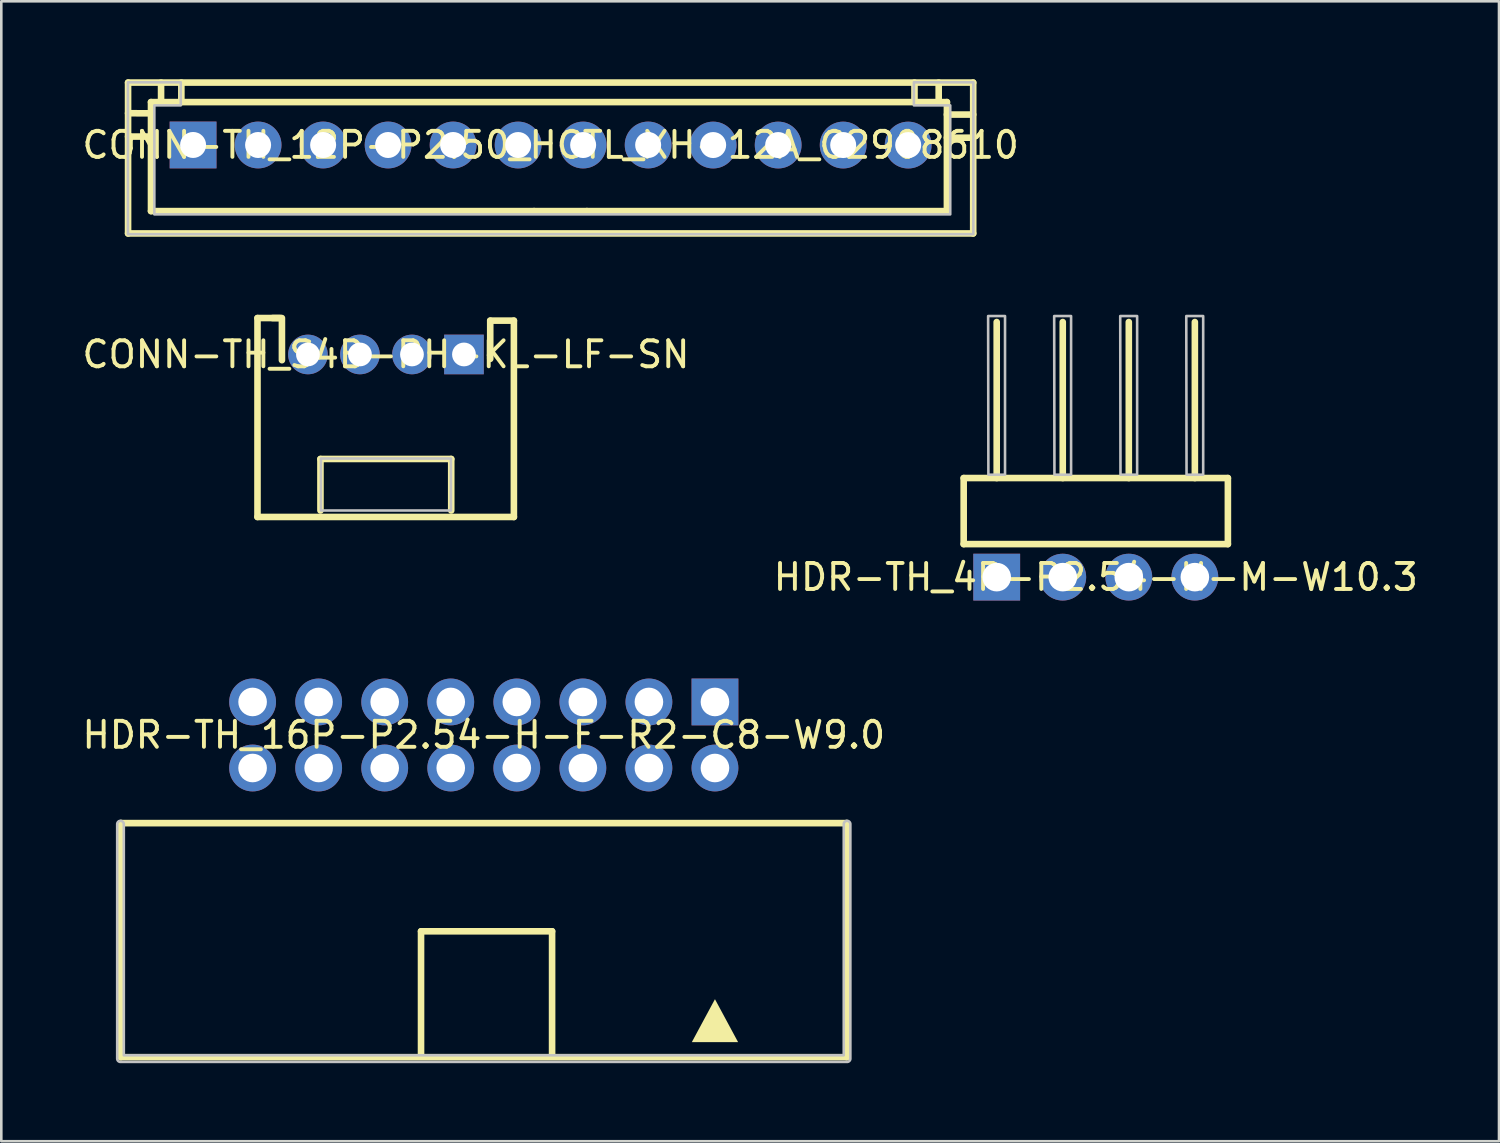
<source format=kicad_pcb>
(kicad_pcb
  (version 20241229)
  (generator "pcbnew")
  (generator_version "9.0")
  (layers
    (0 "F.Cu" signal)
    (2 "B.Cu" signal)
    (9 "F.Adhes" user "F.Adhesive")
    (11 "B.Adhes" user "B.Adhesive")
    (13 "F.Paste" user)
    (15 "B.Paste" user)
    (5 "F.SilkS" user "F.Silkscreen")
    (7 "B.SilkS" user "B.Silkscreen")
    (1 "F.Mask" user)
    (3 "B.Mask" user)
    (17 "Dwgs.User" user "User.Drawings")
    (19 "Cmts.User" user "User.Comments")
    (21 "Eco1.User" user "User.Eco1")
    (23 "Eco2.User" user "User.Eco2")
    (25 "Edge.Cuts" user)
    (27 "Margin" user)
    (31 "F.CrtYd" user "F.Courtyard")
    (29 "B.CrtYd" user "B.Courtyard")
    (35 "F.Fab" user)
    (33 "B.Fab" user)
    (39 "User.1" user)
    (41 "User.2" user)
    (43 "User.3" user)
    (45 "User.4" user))
  (footprint "HDR-TH_4P-P2.54-H-M-W10.3"
    (layer "F.Cu")
    (at 39.089 19.144)
    (property "Reference" "HDR-TH_4P-P2.54-H-M-W10.3" (at 0 0 0) (unlocked yes) (layer "F.SilkS") (effects (font (size 1 1) (thickness 0.15))))
    (fp_line (start -5.08 -3.81) (end 5.08 -3.81) (stroke (width 0.254) (type default)) (layer "F.SilkS"))
    (fp_line (start -5.08 -1.27) (end -5.08 -3.81) (stroke (width 0.254) (type default)) (layer "F.SilkS"))
    (fp_line (start -3.81 -3.81) (end -3.81 -9.81) (stroke (width 0.254) (type default)) (layer "F.SilkS"))
    (fp_line (start -1.27 -3.81) (end -1.27 -9.81) (stroke (width 0.254) (type default)) (layer "F.SilkS"))
    (fp_line (start 1.27 -3.81) (end 1.27 -9.81) (stroke (width 0.254) (type default)) (layer "F.SilkS"))
    (fp_line (start 3.81 -3.81) (end 3.81 -9.81) (stroke (width 0.254) (type default)) (layer "F.SilkS"))
    (fp_line (start 5.08 -3.81) (end 5.08 -1.27) (stroke (width 0.254) (type default)) (layer "F.SilkS"))
    (fp_line (start 5.08 -1.27) (end -5.08 -1.27) (stroke (width 0.254) (type default)) (layer "F.SilkS"))
    (fp_poly (pts (xy -4.14 -10.04) (xy -3.49 -10.04) (xy -3.49 -3.94) (xy -4.13 -3.94)) (stroke (width 0.1) (type default)) (fill no) (layer "Dwgs.User"))
    (fp_poly (pts (xy -1.6 -10.04) (xy -0.95 -10.04) (xy -0.95 -3.94) (xy -1.59 -3.94)) (stroke (width 0.1) (type default)) (fill no) (layer "Dwgs.User"))
    (fp_poly (pts (xy 0.94 -10.04) (xy 1.59 -10.04) (xy 1.59 -3.94) (xy 0.95 -3.94)) (stroke (width 0.1) (type default)) (fill no) (layer "Dwgs.User"))
    (fp_poly (pts (xy 3.48 -10.04) (xy 4.13 -10.04) (xy 4.13 -3.94) (xy 3.49 -3.94)) (stroke (width 0.1) (type default)) (fill no) (layer "Dwgs.User"))
    (fp_poly (pts (xy -4.13 -0.32) (xy -3.49 -0.32) (xy -3.49 0.32) (xy -4.13 0.32)) (stroke (width 0.1) (type default)) (fill no) (layer "User.1"))
    (fp_poly (pts (xy -4.13 0.32) (xy -3.49 0.32) (xy -3.49 -10.04) (xy -4.14 -10.04)) (stroke (width 0.1) (type default)) (fill no) (layer "User.1"))
    (fp_poly (pts (xy -1.59 -0.32) (xy -0.95 -0.32) (xy -0.95 0.32) (xy -1.59 0.32)) (stroke (width 0.1) (type default)) (fill no) (layer "User.1"))
    (fp_poly (pts (xy -1.59 0.32) (xy -0.95 0.32) (xy -0.95 -10.04) (xy -1.6 -10.04)) (stroke (width 0.1) (type default)) (fill no) (layer "User.1"))
    (fp_poly (pts (xy 0.95 -0.32) (xy 1.59 -0.32) (xy 1.59 0.32) (xy 0.95 0.32)) (stroke (width 0.1) (type default)) (fill no) (layer "User.1"))
    (fp_poly (pts (xy 0.95 0.32) (xy 1.59 0.32) (xy 1.59 -10.04) (xy 0.94 -10.04)) (stroke (width 0.1) (type default)) (fill no) (layer "User.1"))
    (fp_poly (pts (xy 3.49 -0.32) (xy 4.13 -0.32) (xy 4.13 0.32) (xy 3.49 0.32)) (stroke (width 0.1) (type default)) (fill no) (layer "User.1"))
    (fp_poly (pts (xy 3.49 0.32) (xy 4.13 0.32) (xy 4.13 -10.04) (xy 3.48 -10.04)) (stroke (width 0.1) (type default)) (fill no) (layer "User.1"))
    (fp_line (start -5.08 -3.81) (end 5.08 -3.81) (stroke (width 0.051) (type default)) (layer "User.2"))
    (fp_line (start -5.08 -1.27) (end -5.08 -3.81) (stroke (width 0.051) (type default)) (layer "User.2"))
    (fp_line (start 5.08 -3.81) (end 5.08 -1.27) (stroke (width 0.051) (type default)) (layer "User.2"))
    (fp_line (start 5.08 -1.27) (end -5.08 -1.27) (stroke (width 0.051) (type default)) (layer "User.2"))
    (fp_poly (pts (xy -5.02 0.32) (xy -5.038 0.278) (xy -5.08 0.26) (xy -5.122 0.278) (xy -5.14 0.32) (xy -5.122 0.362) (xy -5.08 0.38) (xy -5.038 0.362)) (stroke (width 0.1) (type default)) (fill no) (layer "User.3"))
    (pad "1" thru_hole rect (at -3.81 0) (size 1.8 1.8) (drill 1.1) (layers "*.Cu" "*.Mask"))
    (pad "2" thru_hole circle (at -1.27 0) (size 1.8 1.8) (drill 1.1) (layers "*.Cu" "*.Mask"))
    (pad "3" thru_hole circle (at 1.27 0) (size 1.8 1.8) (drill 1.1) (layers "*.Cu" "*.Mask"))
    (pad "4" thru_hole circle (at 3.81 0) (size 1.8 1.8) (drill 1.1) (layers "*.Cu" "*.Mask")))
  (footprint "HDR-TH_16P-P2.54-H-F-R2-C8-W9.0"
    (layer "F.Cu")
    (at 15.554 25.214)
    (property "Reference" "HDR-TH_16P-P2.54-H-F-R2-C8-W9.0" (at 0 0 0) (unlocked yes) (layer "F.SilkS") (effects (font (size 1 1) (thickness 0.15))))
    (fp_line (start -13.96 3.39) (end -13.96 12.39) (stroke (width 0.254) (type default)) (layer "F.SilkS"))
    (fp_line (start -13.96 3.39) (end 13.96 3.39) (stroke (width 0.254) (type default)) (layer "F.SilkS"))
    (fp_line (start -13.96 12.39) (end 13.96 12.39) (stroke (width 0.254) (type default)) (layer "F.SilkS"))
    (fp_line (start -2.413 7.549) (end 2.627 7.549) (stroke (width 0.254) (type default)) (layer "F.SilkS"))
    (fp_line (start -2.413 12.319) (end -2.413 7.549) (stroke (width 0.254) (type default)) (layer "F.SilkS"))
    (fp_line (start 2.627 7.549) (end 2.627 12.319) (stroke (width 0.254) (type default)) (layer "F.SilkS"))
    (fp_line (start 13.96 12.39) (end 13.96 3.39) (stroke (width 0.254) (type default)) (layer "F.SilkS"))
    (fp_poly (pts (xy 8.89 10.16) (xy 8.001 11.811) (xy 9.779 11.811)) (stroke (width 0) (type default)) (fill yes) (layer "F.SilkS"))
    (fp_poly (pts (arc (start -14.097 3.429) (mid -13.97 3.302) (end -13.843 3.429)) (xy -13.843 12.319) (xy 13.843 12.319) (arc (start 13.843 3.429) (mid 13.97 3.302) (end 14.097 3.429)) (arc (start 14.097 12.446) (mid 14.059803 12.535803) (end 13.97 12.573)) (arc (start -13.97 12.573) (mid -14.059803 12.535803) (end -14.097 12.446))) (stroke (width 0.1) (type default)) (fill no) (layer "Dwgs.User"))
    (fp_poly (pts (xy -9.21 -1.59) (xy -8.57 -1.59) (xy -8.57 -0.95) (xy -9.21 -0.95)) (stroke (width 0.1) (type default)) (fill no) (layer "User.1"))
    (fp_poly (pts (xy -9.21 -1.082) (xy -8.57 -1.082) (xy -8.57 3.5) (xy -9.21 3.5)) (stroke (width 0.1) (type default)) (fill no) (layer "User.1"))
    (fp_poly (pts (xy -9.21 0.95) (xy -8.57 0.95) (xy -8.57 1.59) (xy -9.21 1.59)) (stroke (width 0.1) (type default)) (fill no) (layer "User.1"))
    (fp_poly (pts (xy -6.67 -1.59) (xy -6.03 -1.59) (xy -6.03 -0.95) (xy -6.67 -0.95)) (stroke (width 0.1) (type default)) (fill no) (layer "User.1"))
    (fp_poly (pts (xy -6.67 -1.082) (xy -6.03 -1.082) (xy -6.03 3.5) (xy -6.67 3.5)) (stroke (width 0.1) (type default)) (fill no) (layer "User.1"))
    (fp_poly (pts (xy -6.67 0.95) (xy -6.03 0.95) (xy -6.03 1.59) (xy -6.67 1.59)) (stroke (width 0.1) (type default)) (fill no) (layer "User.1"))
    (fp_poly (pts (xy -4.13 -1.59) (xy -3.49 -1.59) (xy -3.49 -0.95) (xy -4.13 -0.95)) (stroke (width 0.1) (type default)) (fill no) (layer "User.1"))
    (fp_poly (pts (xy -4.13 -1.082) (xy -3.49 -1.082) (xy -3.49 3.5) (xy -4.13 3.5)) (stroke (width 0.1) (type default)) (fill no) (layer "User.1"))
    (fp_poly (pts (xy -4.13 0.95) (xy -3.49 0.95) (xy -3.49 1.59) (xy -4.13 1.59)) (stroke (width 0.1) (type default)) (fill no) (layer "User.1"))
    (fp_poly (pts (xy -1.59 -1.59) (xy -0.95 -1.59) (xy -0.95 -0.95) (xy -1.59 -0.95)) (stroke (width 0.1) (type default)) (fill no) (layer "User.1"))
    (fp_poly (pts (xy -1.59 -1.082) (xy -0.95 -1.082) (xy -0.95 3.5) (xy -1.59 3.5)) (stroke (width 0.1) (type default)) (fill no) (layer "User.1"))
    (fp_poly (pts (xy -1.59 0.95) (xy -0.95 0.95) (xy -0.95 1.59) (xy -1.59 1.59)) (stroke (width 0.1) (type default)) (fill no) (layer "User.1"))
    (fp_poly (pts (xy 0.95 -1.59) (xy 1.59 -1.59) (xy 1.59 -0.95) (xy 0.95 -0.95)) (stroke (width 0.1) (type default)) (fill no) (layer "User.1"))
    (fp_poly (pts (xy 0.95 -1.082) (xy 1.59 -1.082) (xy 1.59 3.5) (xy 0.95 3.5)) (stroke (width 0.1) (type default)) (fill no) (layer "User.1"))
    (fp_poly (pts (xy 0.95 0.95) (xy 1.59 0.95) (xy 1.59 1.59) (xy 0.95 1.59)) (stroke (width 0.1) (type default)) (fill no) (layer "User.1"))
    (fp_poly (pts (xy 3.49 -1.59) (xy 4.13 -1.59) (xy 4.13 -0.95) (xy 3.49 -0.95)) (stroke (width 0.1) (type default)) (fill no) (layer "User.1"))
    (fp_poly (pts (xy 3.49 -1.082) (xy 4.13 -1.082) (xy 4.13 3.5) (xy 3.49 3.5)) (stroke (width 0.1) (type default)) (fill no) (layer "User.1"))
    (fp_poly (pts (xy 3.49 0.95) (xy 4.13 0.95) (xy 4.13 1.59) (xy 3.49 1.59)) (stroke (width 0.1) (type default)) (fill no) (layer "User.1"))
    (fp_poly (pts (xy 6.03 -1.59) (xy 6.67 -1.59) (xy 6.67 -0.95) (xy 6.03 -0.95)) (stroke (width 0.1) (type default)) (fill no) (layer "User.1"))
    (fp_poly (pts (xy 6.03 -1.082) (xy 6.67 -1.082) (xy 6.67 3.5) (xy 6.03 3.5)) (stroke (width 0.1) (type default)) (fill no) (layer "User.1"))
    (fp_poly (pts (xy 6.03 0.95) (xy 6.67 0.95) (xy 6.67 1.59) (xy 6.03 1.59)) (stroke (width 0.1) (type default)) (fill no) (layer "User.1"))
    (fp_poly (pts (xy 8.57 -1.59) (xy 9.21 -1.59) (xy 9.21 -0.95) (xy 8.57 -0.95)) (stroke (width 0.1) (type default)) (fill no) (layer "User.1"))
    (fp_poly (pts (xy 8.57 -1.082) (xy 9.21 -1.082) (xy 9.21 3.5) (xy 8.57 3.5)) (stroke (width 0.1) (type default)) (fill no) (layer "User.1"))
    (fp_poly (pts (xy 8.57 0.95) (xy 9.21 0.95) (xy 9.21 1.59) (xy 8.57 1.59)) (stroke (width 0.1) (type default)) (fill no) (layer "User.1"))
    (fp_line (start -13.96 3.39) (end 13.96 3.39) (stroke (width 0.051) (type default)) (layer "User.2"))
    (fp_line (start -13.96 12.39) (end -13.96 3.39) (stroke (width 0.051) (type default)) (layer "User.2"))
    (fp_line (start 13.96 3.39) (end 13.96 12.39) (stroke (width 0.051) (type default)) (layer "User.2"))
    (fp_line (start 13.96 12.39) (end -13.96 12.39) (stroke (width 0.051) (type default)) (layer "User.2"))
    (fp_poly (pts (xy 14.02 -1.59) (xy 14.002 -1.632) (xy 13.96 -1.65) (xy 13.918 -1.632) (xy 13.9 -1.59) (xy 13.918 -1.548) (xy 13.96 -1.53) (xy 14.002 -1.548)) (stroke (width 0.1) (type default)) (fill no) (layer "User.3"))
    (pad "1" thru_hole rect (at 8.89 -1.27) (size 1.8 1.8) (drill 1.1) (layers "*.Cu" "*.Mask"))
    (pad "2" thru_hole circle (at 8.89 1.27) (size 1.8 1.8) (drill 1.1) (layers "*.Cu" "*.Mask"))
    (pad "3" thru_hole circle (at 6.35 -1.27) (size 1.8 1.8) (drill 1.1) (layers "*.Cu" "*.Mask"))
    (pad "4" thru_hole circle (at 6.35 1.27) (size 1.8 1.8) (drill 1.1) (layers "*.Cu" "*.Mask"))
    (pad "5" thru_hole circle (at 3.81 -1.27) (size 1.8 1.8) (drill 1.1) (layers "*.Cu" "*.Mask"))
    (pad "6" thru_hole circle (at 3.81 1.27) (size 1.8 1.8) (drill 1.1) (layers "*.Cu" "*.Mask"))
    (pad "7" thru_hole circle (at 1.27 -1.27) (size 1.8 1.8) (drill 1.1) (layers "*.Cu" "*.Mask"))
    (pad "8" thru_hole circle (at 1.27 1.27) (size 1.8 1.8) (drill 1.1) (layers "*.Cu" "*.Mask"))
    (pad "9" thru_hole circle (at -1.27 -1.27) (size 1.8 1.8) (drill 1.1) (layers "*.Cu" "*.Mask"))
    (pad "10" thru_hole circle (at -1.27 1.27) (size 1.8 1.8) (drill 1.1) (layers "*.Cu" "*.Mask"))
    (pad "11" thru_hole circle (at -3.81 -1.27) (size 1.8 1.8) (drill 1.1) (layers "*.Cu" "*.Mask"))
    (pad "12" thru_hole circle (at -3.81 1.27) (size 1.8 1.8) (drill 1.1) (layers "*.Cu" "*.Mask"))
    (pad "13" thru_hole circle (at -6.35 -1.27) (size 1.8 1.8) (drill 1.1) (layers "*.Cu" "*.Mask"))
    (pad "14" thru_hole circle (at -6.35 1.27) (size 1.8 1.8) (drill 1.1) (layers "*.Cu" "*.Mask"))
    (pad "15" thru_hole circle (at -8.89 -1.27) (size 1.8 1.8) (drill 1.1) (layers "*.Cu" "*.Mask"))
    (pad "16" thru_hole circle (at -8.89 1.27) (size 1.8 1.8) (drill 1.1) (layers "*.Cu" "*.Mask")))
  (footprint "CONN-TH_S4B-PH-KL-LF-SN"
    (layer "F.Cu")
    (at 11.792 10.581)
    (property "Reference" "CONN-TH_S4B-PH-KL-LF-SN" (at 0 0 0) (unlocked yes) (layer "F.SilkS") (effects (font (size 1 1) (thickness 0.15))))
    (fp_line (start -4.94 -1.4) (end -4.05 -1.4) (stroke (width 0.254) (type default)) (layer "F.SilkS"))
    (fp_line (start -4.94 6.25) (end -4.94 -1.4) (stroke (width 0.254) (type default)) (layer "F.SilkS"))
    (fp_line (start -4.05 -1.4) (end -4.36 -1.4) (stroke (width 0.254) (type default)) (layer "F.SilkS"))
    (fp_line (start -4 -1.4) (end -4 0.22) (stroke (width 0.254) (type default)) (layer "F.SilkS"))
    (fp_line (start -2.519 4.02) (end 2.51 4.02) (stroke (width 0.254) (type default)) (layer "F.SilkS"))
    (fp_line (start -2.519 6) (end -2.519 4.02) (stroke (width 0.254) (type default)) (layer "F.SilkS"))
    (fp_line (start 2.51 4.02) (end 2.51 6) (stroke (width 0.254) (type default)) (layer "F.SilkS"))
    (fp_line (start 4.01 -1.3) (end 4.92 -1.3) (stroke (width 0.254) (type default)) (layer "F.SilkS"))
    (fp_line (start 4.01 0.17) (end 4.01 -1.3) (stroke (width 0.254) (type default)) (layer "F.SilkS"))
    (fp_line (start 4.92 -1.3) (end 4.92 6.25) (stroke (width 0.254) (type default)) (layer "F.SilkS"))
    (fp_line (start 4.92 6.25) (end -4.94 6.25) (stroke (width 0.254) (type default)) (layer "F.SilkS"))
    (fp_poly (pts (xy 2.5 6) (xy 2.5 4) (xy -2.5 4) (xy -2.5 6)) (stroke (width 0.1) (type default)) (fill no) (layer "Dwgs.User"))
    (fp_poly (pts (xy -2.75 0.25) (xy -3.25 0.25) (xy -3.25 -0.25) (xy -2.75 -0.25)) (stroke (width 0.1) (type default)) (fill no) (layer "User.1"))
    (fp_poly (pts (xy -0.75 0.25) (xy -1.25 0.25) (xy -1.25 -0.25) (xy -0.75 -0.25)) (stroke (width 0.1) (type default)) (fill no) (layer "User.1"))
    (fp_poly (pts (xy 1.25 0.25) (xy 0.75 0.25) (xy 0.75 -0.25) (xy 1.25 -0.25)) (stroke (width 0.1) (type default)) (fill no) (layer "User.1"))
    (fp_poly (pts (xy 3.25 0.25) (xy 2.75 0.25) (xy 2.75 -0.25) (xy 3.25 -0.25)) (stroke (width 0.1) (type default)) (fill no) (layer "User.1"))
    (fp_line (start -4.95 -1.35) (end -4 -1.35) (stroke (width 0.051) (type default)) (layer "User.2"))
    (fp_line (start -4.95 6.25) (end -4.95 -1.35) (stroke (width 0.051) (type default)) (layer "User.2"))
    (fp_line (start -4 -1.35) (end -4 0.25) (stroke (width 0.051) (type default)) (layer "User.2"))
    (fp_line (start -4 0.25) (end 4 0.25) (stroke (width 0.051) (type default)) (layer "User.2"))
    (fp_line (start 4 -1.35) (end 4.95 -1.35) (stroke (width 0.051) (type default)) (layer "User.2"))
    (fp_line (start 4 0.25) (end 4 -1.35) (stroke (width 0.051) (type default)) (layer "User.2"))
    (fp_line (start 4.95 -1.35) (end 4.95 6.25) (stroke (width 0.051) (type default)) (layer "User.2"))
    (fp_line (start 4.95 6.25) (end -4.95 6.25) (stroke (width 0.051) (type default)) (layer "User.2"))
    (fp_poly (pts (xy 5.01 -1.35) (xy 4.992 -1.392) (xy 4.95 -1.41) (xy 4.908 -1.392) (xy 4.89 -1.35) (xy 4.908 -1.308) (xy 4.95 -1.29) (xy 4.992 -1.308)) (stroke (width 0.1) (type default)) (fill no) (layer "User.3"))
    (pad "1" thru_hole rect (at 3 0 180) (size 1.524 1.524) (drill 0.914) (layers "*.Cu" "*.Mask"))
    (pad "2" thru_hole circle (at 1 0 180) (size 1.524 1.524) (drill 0.914) (layers "*.Cu" "*.Mask"))
    (pad "3" thru_hole circle (at -1 0 180) (size 1.524 1.524) (drill 0.914) (layers "*.Cu" "*.Mask"))
    (pad "4" thru_hole circle (at -3 0 180) (size 1.524 1.524) (drill 0.914) (layers "*.Cu" "*.Mask")))
  (footprint "CONN-TH_12P-P2.50_HCTL_XH-12A_C2908610"
    (layer "F.Cu")
    (at 18.125 2.527)
    (property "Reference" "CONN-TH_12P-P2.50_HCTL_XH-12A_C2908610" (at 0 0 0) (unlocked yes) (layer "F.SilkS") (effects (font (size 1 1) (thickness 0.15))))
    (fp_line (start -16.25 -2.401) (end 16.25 -2.401) (stroke (width 0.254) (type default)) (layer "F.SilkS"))
    (fp_line (start -16.25 3.4) (end -16.25 -2.401) (stroke (width 0.254) (type default)) (layer "F.SilkS"))
    (fp_line (start -16.25 3.4) (end 16.25 3.4) (stroke (width 0.254) (type default)) (layer "F.SilkS"))
    (fp_line (start -15.368 -1.651) (end 15.239 -1.651) (stroke (width 0.254) (type default)) (layer "F.SilkS"))
    (fp_line (start -15.368 -1.22) (end -16.25 -1.222) (stroke (width 0.254) (type default)) (layer "F.SilkS"))
    (fp_line (start -15.368 -0.326) (end -16.25 -0.326) (stroke (width 0.254) (type default)) (layer "F.SilkS"))
    (fp_line (start -15.368 2.541) (end -15.368 -1.651) (stroke (width 0.254) (type default)) (layer "F.SilkS"))
    (fp_line (start -14.981 -2.401) (end -14.981 -1.651) (stroke (width 0.254) (type default)) (layer "F.SilkS"))
    (fp_line (start -14.201 -2.401) (end -14.201 -1.651) (stroke (width 0.254) (type default)) (layer "F.SilkS"))
    (fp_line (start -0.636 2.541) (end -15.368 2.541) (stroke (width 0.254) (type default)) (layer "F.SilkS"))
    (fp_line (start -0.636 2.541) (end 1.395 2.541) (stroke (width 0.254) (type default)) (layer "F.SilkS"))
    (fp_line (start 13.992 -2.401) (end 13.992 -1.651) (stroke (width 0.254) (type default)) (layer "F.SilkS"))
    (fp_line (start 14.923 -2.401) (end 14.923 -1.651) (stroke (width 0.254) (type default)) (layer "F.SilkS"))
    (fp_line (start 15.239 -1.651) (end 15.239 2.541) (stroke (width 0.254) (type default)) (layer "F.SilkS"))
    (fp_line (start 15.239 -1.171) (end 16.25 -1.171) (stroke (width 0.254) (type default)) (layer "F.SilkS"))
    (fp_line (start 15.239 -0.282) (end 16.25 -0.282) (stroke (width 0.254) (type default)) (layer "F.SilkS"))
    (fp_line (start 15.239 2.541) (end 1.395 2.541) (stroke (width 0.254) (type default)) (layer "F.SilkS"))
    (fp_line (start 16.25 3.4) (end 16.25 -2.401) (stroke (width 0.254) (type default)) (layer "F.SilkS"))
    (fp_poly (pts (xy 13.97 -1.524) (xy 13.97 -2.413) (xy 16.256 -2.413) (xy 16.256 3.429) (xy -16.256 3.429) (xy -16.256 -2.413) (xy -14.224 -2.413) (xy -14.224 -1.524) (xy -15.24 -1.524) (xy -15.24 2.667) (xy 15.367 2.667) (xy 15.367 -1.524)) (stroke (width 0.1) (type default)) (fill no) (layer "Dwgs.User"))
    (fp_poly (pts (xy -14.05 -0.301) (xy -13.45 -0.301) (xy -13.45 0.298) (xy -14.05 0.298)) (stroke (width 0.1) (type default)) (fill no) (layer "User.1"))
    (fp_poly (pts (xy -11.55 -0.301) (xy -10.95 -0.301) (xy -10.95 0.299) (xy -11.55 0.299)) (stroke (width 0.1) (type default)) (fill no) (layer "User.1"))
    (fp_poly (pts (xy -9.05 -0.301) (xy -8.45 -0.301) (xy -8.45 0.299) (xy -9.05 0.299)) (stroke (width 0.1) (type default)) (fill no) (layer "User.1"))
    (fp_poly (pts (xy -6.55 -0.3) (xy -5.95 -0.3) (xy -5.95 0.299) (xy -6.55 0.299)) (stroke (width 0.1) (type default)) (fill no) (layer "User.1"))
    (fp_poly (pts (xy -4.05 -0.3) (xy -3.45 -0.3) (xy -3.45 0.299) (xy -4.05 0.299)) (stroke (width 0.1) (type default)) (fill no) (layer "User.1"))
    (fp_poly (pts (xy -1.55 -0.3) (xy -0.95 -0.3) (xy -0.95 0.3) (xy -1.55 0.3)) (stroke (width 0.1) (type default)) (fill no) (layer "User.1"))
    (fp_poly (pts (xy 0.95 -0.3) (xy 1.55 -0.3) (xy 1.55 0.3) (xy 0.95 0.3)) (stroke (width 0.1) (type default)) (fill no) (layer "User.1"))
    (fp_poly (pts (xy 3.45 -0.301) (xy 4.05 -0.301) (xy 4.05 0.299) (xy 3.45 0.299)) (stroke (width 0.1) (type default)) (fill no) (layer "User.1"))
    (fp_poly (pts (xy 5.95 -0.299) (xy 6.55 -0.299) (xy 6.55 0.3) (xy 5.95 0.3)) (stroke (width 0.1) (type default)) (fill no) (layer "User.1"))
    (fp_poly (pts (xy 8.45 -0.299) (xy 9.05 -0.299) (xy 9.05 0.301) (xy 8.45 0.301)) (stroke (width 0.1) (type default)) (fill no) (layer "User.1"))
    (fp_poly (pts (xy 10.95 -0.299) (xy 11.55 -0.299) (xy 11.55 0.301) (xy 10.95 0.301)) (stroke (width 0.1) (type default)) (fill no) (layer "User.1"))
    (fp_poly (pts (xy 13.45 -0.298) (xy 14.05 -0.298) (xy 14.05 0.301) (xy 13.45 0.301)) (stroke (width 0.1) (type default)) (fill no) (layer "User.1"))
    (fp_line (start -16.25 -2.401) (end 16.25 -2.401) (stroke (width 0.051) (type default)) (layer "User.2"))
    (fp_line (start -16.25 3.4) (end -16.25 -2.401) (stroke (width 0.051) (type default)) (layer "User.2"))
    (fp_line (start 16.25 -2.401) (end 16.25 3.4) (stroke (width 0.051) (type default)) (layer "User.2"))
    (fp_line (start 16.25 3.4) (end -16.25 3.4) (stroke (width 0.051) (type default)) (layer "User.2"))
    (fp_poly (pts (xy -16.19 -2.401) (xy -16.208 -2.443) (xy -16.25 -2.461) (xy -16.292 -2.443) (xy -16.31 -2.401) (xy -16.292 -2.358) (xy -16.25 -2.341) (xy -16.208 -2.358)) (stroke (width 0.1) (type default)) (fill no) (layer "User.3"))
    (pad "1" thru_hole rect (at -13.75 -0.002) (size 1.8 1.8) (drill 1) (layers "*.Cu" "*.Mask"))
    (pad "2" thru_hole circle (at -11.25 -0.001) (size 1.8 1.8) (drill 1) (layers "*.Cu" "*.Mask"))
    (pad "3" thru_hole circle (at -8.749 -0.001) (size 1.8 1.8) (drill 1) (layers "*.Cu" "*.Mask"))
    (pad "4" thru_hole circle (at -6.25 -0.001) (size 1.8 1.8) (drill 1) (layers "*.Cu" "*.Mask"))
    (pad "5" thru_hole circle (at -3.75 -0.001) (size 1.8 1.8) (drill 1) (layers "*.Cu" "*.Mask"))
    (pad "6" thru_hole circle (at -1.25 0) (size 1.8 1.8) (drill 1) (layers "*.Cu" "*.Mask"))
    (pad "7" thru_hole circle (at 1.25 0) (size 1.8 1.8) (drill 1) (layers "*.Cu" "*.Mask"))
    (pad "8" thru_hole circle (at 3.75 -0.001) (size 1.8 1.8) (drill 1) (layers "*.Cu" "*.Mask"))
    (pad "9" thru_hole circle (at 6.25 0.001) (size 1.8 1.8) (drill 1) (layers "*.Cu" "*.Mask"))
    (pad "10" thru_hole circle (at 8.75 0.001) (size 1.8 1.8) (drill 1) (layers "*.Cu" "*.Mask"))
    (pad "11" thru_hole circle (at 11.25 0.001) (size 1.8 1.8) (drill 1) (layers "*.Cu" "*.Mask"))
    (pad "12" thru_hole circle (at 13.75 0.002) (size 1.8 1.8) (drill 1) (layers "*.Cu" "*.Mask")))
  (gr_rect
    (start -3 -3)
    (end 54.595 40.837)
    (stroke (width 0.1) (type default))
    (fill no)
    (layer "Edge.Cuts")))
</source>
